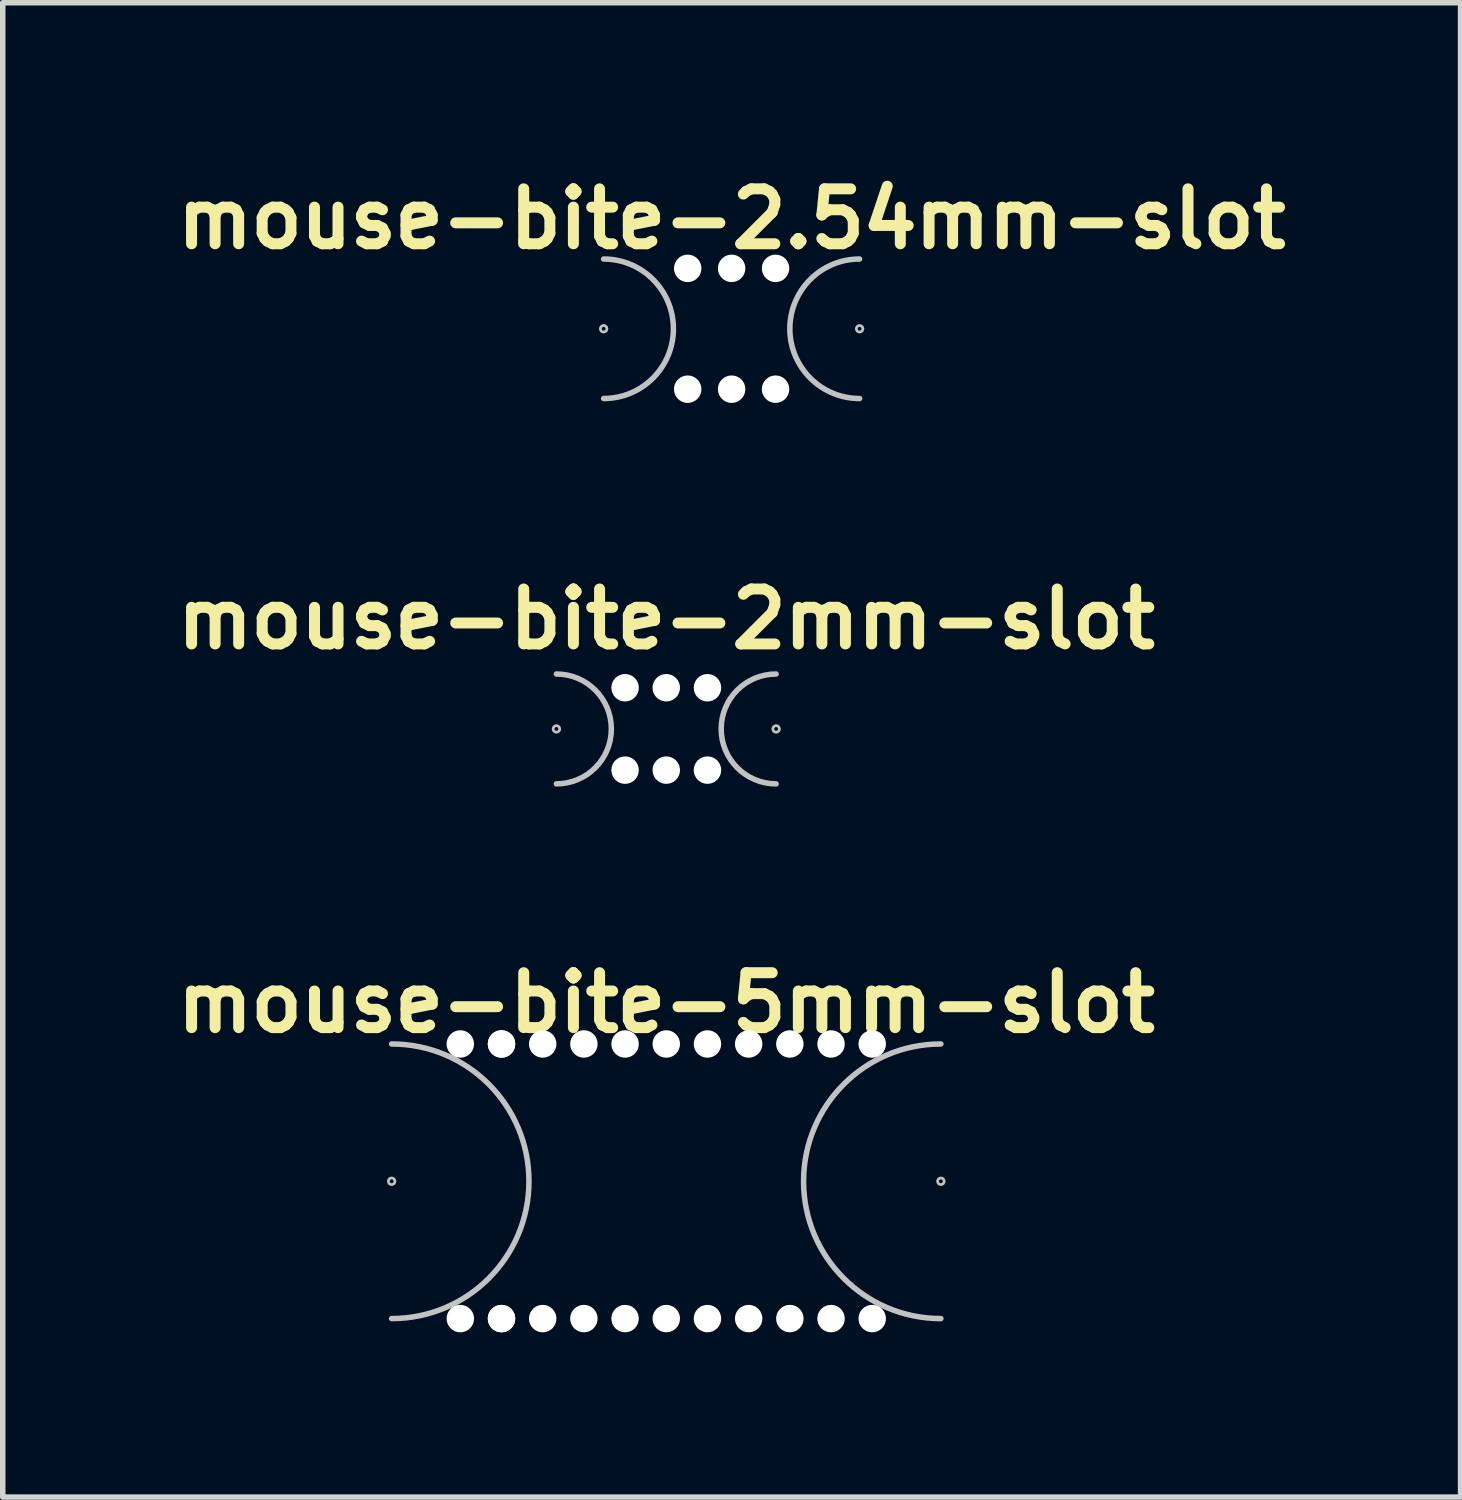
<source format=kicad_pcb>
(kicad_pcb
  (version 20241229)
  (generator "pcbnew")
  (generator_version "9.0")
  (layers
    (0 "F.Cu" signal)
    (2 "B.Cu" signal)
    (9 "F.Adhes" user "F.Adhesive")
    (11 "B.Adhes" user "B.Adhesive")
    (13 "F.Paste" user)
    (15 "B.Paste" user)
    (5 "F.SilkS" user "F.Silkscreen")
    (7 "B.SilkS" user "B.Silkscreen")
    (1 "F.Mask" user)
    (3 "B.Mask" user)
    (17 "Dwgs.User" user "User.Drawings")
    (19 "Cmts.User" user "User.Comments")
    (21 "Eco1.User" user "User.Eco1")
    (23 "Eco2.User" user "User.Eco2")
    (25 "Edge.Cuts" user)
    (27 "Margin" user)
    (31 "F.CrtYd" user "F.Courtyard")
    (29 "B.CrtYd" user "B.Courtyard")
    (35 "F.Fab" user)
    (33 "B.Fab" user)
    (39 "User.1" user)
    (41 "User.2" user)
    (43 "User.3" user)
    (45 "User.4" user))
  (footprint "mouse-bite-5mm-slot"
    (layer "F.Cu")
    (at 9.081 18.458)
    (property "Reference" "mouse-bite-5mm-slot" (at 0 -3.25 0) (layer "F.SilkS") (effects (font (size 1 1) (thickness 0.2))))
    (attr through_hole)
    (fp_arc (start -5 -2.5) (mid -2.5 0) (end -5 2.5) (stroke (width 0.1) (type solid)) (layer "Dwgs.User"))
    (fp_arc (start 5 2.5) (mid 2.5 0) (end 5 -2.5) (stroke (width 0.1) (type solid)) (layer "Dwgs.User"))
    (fp_circle (center -5 0) (end -4.94 0) (stroke (width 0.05) (type solid)) (fill no) (layer "Dwgs.User"))
    (fp_circle (center 5 0) (end 5.06 0) (stroke (width 0.05) (type solid)) (fill no) (layer "Dwgs.User"))
    (fp_line (start -5 0) (end -5 0) (stroke (width 5) (type solid)) (layer "Eco1.User"))
    (fp_line (start 5 0) (end 5 0) (stroke (width 5) (type solid)) (layer "Eco1.User"))
    (pad "" np_thru_hole circle (at -3.75 -2.5) (size 0.5 0.5) (drill 0.5) (layers "*.Cu" "*.Mask"))
    (pad "" np_thru_hole circle (at -3.75 2.5) (size 0.5 0.5) (drill 0.5) (layers "*.Cu" "*.Mask"))
    (pad "" np_thru_hole circle (at -3 -2.5) (size 0.5 0.5) (drill 0.5) (layers "*.Cu" "*.Mask"))
    (pad "" np_thru_hole circle (at -3 -2.5) (size 0.5 0.5) (drill 0.5) (layers "*.Cu" "*.Mask"))
    (pad "" np_thru_hole circle (at -3 2.5) (size 0.5 0.5) (drill 0.5) (layers "*.Cu" "*.Mask"))
    (pad "" np_thru_hole circle (at -3 2.5) (size 0.5 0.5) (drill 0.5) (layers "*.Cu" "*.Mask"))
    (pad "" np_thru_hole circle (at -2.25 -2.5) (size 0.5 0.5) (drill 0.5) (layers "*.Cu" "*.Mask"))
    (pad "" np_thru_hole circle (at -2.25 2.5) (size 0.5 0.5) (drill 0.5) (layers "*.Cu" "*.Mask"))
    (pad "" np_thru_hole circle (at -1.5 -2.5) (size 0.5 0.5) (drill 0.5) (layers "*.Cu" "*.Mask"))
    (pad "" np_thru_hole circle (at -1.5 2.5) (size 0.5 0.5) (drill 0.5) (layers "*.Cu" "*.Mask"))
    (pad "" np_thru_hole circle (at -0.75 -2.5) (size 0.5 0.5) (drill 0.5) (layers "*.Cu" "*.Mask"))
    (pad "" np_thru_hole circle (at -0.75 2.5) (size 0.5 0.5) (drill 0.5) (layers "*.Cu" "*.Mask"))
    (pad "" np_thru_hole circle (at 0 -2.5) (size 0.5 0.5) (drill 0.5) (layers "*.Cu" "*.Mask"))
    (pad "" np_thru_hole circle (at 0 2.5) (size 0.5 0.5) (drill 0.5) (layers "*.Cu" "*.Mask"))
    (pad "" np_thru_hole circle (at 0.75 -2.5) (size 0.5 0.5) (drill 0.5) (layers "*.Cu" "*.Mask"))
    (pad "" np_thru_hole circle (at 0.75 2.5) (size 0.5 0.5) (drill 0.5) (layers "*.Cu" "*.Mask"))
    (pad "" np_thru_hole circle (at 1.5 -2.5) (size 0.5 0.5) (drill 0.5) (layers "*.Cu" "*.Mask"))
    (pad "" np_thru_hole circle (at 1.5 2.5) (size 0.5 0.5) (drill 0.5) (layers "*.Cu" "*.Mask"))
    (pad "" np_thru_hole circle (at 2.25 -2.5) (size 0.5 0.5) (drill 0.5) (layers "*.Cu" "*.Mask"))
    (pad "" np_thru_hole circle (at 2.25 2.5) (size 0.5 0.5) (drill 0.5) (layers "*.Cu" "*.Mask"))
    (pad "" np_thru_hole circle (at 3 -2.5) (size 0.5 0.5) (drill 0.5) (layers "*.Cu" "*.Mask"))
    (pad "" np_thru_hole circle (at 3 2.5) (size 0.5 0.5) (drill 0.5) (layers "*.Cu" "*.Mask"))
    (pad "" np_thru_hole circle (at 3.75 -2.5) (size 0.5 0.5) (drill 0.5) (layers "*.Cu" "*.Mask"))
    (pad "" np_thru_hole circle (at 3.75 2.5) (size 0.5 0.5) (drill 0.5) (layers "*.Cu" "*.Mask")))
  (footprint "mouse-bite-2mm-slot"
    (layer "F.Cu")
    (at 9.081 10.222)
    (property "Reference" "mouse-bite-2mm-slot" (at 0 -2 0) (layer "F.SilkS") (effects (font (size 1 1) (thickness 0.2))))
    (attr through_hole)
    (fp_arc (start -2 -1) (mid -1 0) (end -2 1) (stroke (width 0.1) (type solid)) (layer "Dwgs.User"))
    (fp_arc (start 2 1) (mid 1 0) (end 2 -1) (stroke (width 0.1) (type solid)) (layer "Dwgs.User"))
    (fp_circle (center -2 0) (end -2 -0.06) (stroke (width 0.05) (type solid)) (fill no) (layer "Dwgs.User"))
    (fp_circle (center 2 0) (end 2.06 0) (stroke (width 0.05) (type solid)) (fill no) (layer "Dwgs.User"))
    (fp_line (start -2 0) (end -2 0) (stroke (width 2) (type solid)) (layer "Eco1.User"))
    (fp_line (start 2 0) (end 2 0) (stroke (width 2) (type solid)) (layer "Eco1.User"))
    (pad "" np_thru_hole circle (at -0.75 -0.75) (size 0.5 0.5) (drill 0.5) (layers "*.Cu" "*.Mask"))
    (pad "" np_thru_hole circle (at -0.75 0.75) (size 0.5 0.5) (drill 0.5) (layers "*.Cu" "*.Mask"))
    (pad "" np_thru_hole circle (at 0 -0.75) (size 0.5 0.5) (drill 0.5) (layers "*.Cu" "*.Mask"))
    (pad "" np_thru_hole circle (at 0 0.75) (size 0.5 0.5) (drill 0.5) (layers "*.Cu" "*.Mask"))
    (pad "" np_thru_hole circle (at 0.75 -0.75) (size 0.5 0.5) (drill 0.5) (layers "*.Cu" "*.Mask"))
    (pad "" np_thru_hole circle (at 0.75 0.75) (size 0.5 0.5) (drill 0.5) (layers "*.Cu" "*.Mask")))
  (footprint "mouse-bite-2.54mm-slot"
    (layer "F.Cu")
    (at 10.271 2.936)
    (property "Reference" "mouse-bite-2.54mm-slot" (at 0 -2 0) (layer "F.SilkS") (effects (font (size 1 1) (thickness 0.2))))
    (attr through_hole)
    (fp_arc (start -2.33 -1.27) (mid -1.06 0) (end -2.33 1.27) (stroke (width 0.1) (type solid)) (layer "Dwgs.User"))
    (fp_arc (start 2.33 1.27) (mid 1.06 0) (end 2.33 -1.27) (stroke (width 0.1) (type solid)) (layer "Dwgs.User"))
    (fp_circle (center -2.33 0) (end -2.27 0) (stroke (width 0.05) (type solid)) (fill no) (layer "Dwgs.User"))
    (fp_circle (center 2.33 0) (end 2.33 -0.06) (stroke (width 0.05) (type solid)) (fill no) (layer "Dwgs.User"))
    (fp_line (start -2.33 0) (end -2.33 0) (stroke (width 2.54) (type solid)) (layer "Eco1.User"))
    (fp_line (start 2.33 0) (end 2.33 0) (stroke (width 2.54) (type solid)) (layer "Eco1.User"))
    (pad "" np_thru_hole circle (at -0.8 -1.1) (size 0.5 0.5) (drill 0.5) (layers "*.Cu" "*.Mask"))
    (pad "" np_thru_hole circle (at -0.8 1.1) (size 0.5 0.5) (drill 0.5) (layers "*.Cu" "*.Mask"))
    (pad "" np_thru_hole circle (at 0 -1.1) (size 0.5 0.5) (drill 0.5) (layers "*.Cu" "*.Mask"))
    (pad "" np_thru_hole circle (at 0 1.1) (size 0.5 0.5) (drill 0.5) (layers "*.Cu" "*.Mask"))
    (pad "" np_thru_hole circle (at 0.8 -1.1) (size 0.5 0.5) (drill 0.5) (layers "*.Cu" "*.Mask"))
    (pad "" np_thru_hole circle (at 0.8 1.1) (size 0.5 0.5) (drill 0.5) (layers "*.Cu" "*.Mask")))
  (gr_rect
    (start -3 -3)
    (end 23.543 24.208)
    (stroke (width 0.1) (type default))
    (fill no)
    (layer "Edge.Cuts")))
</source>
